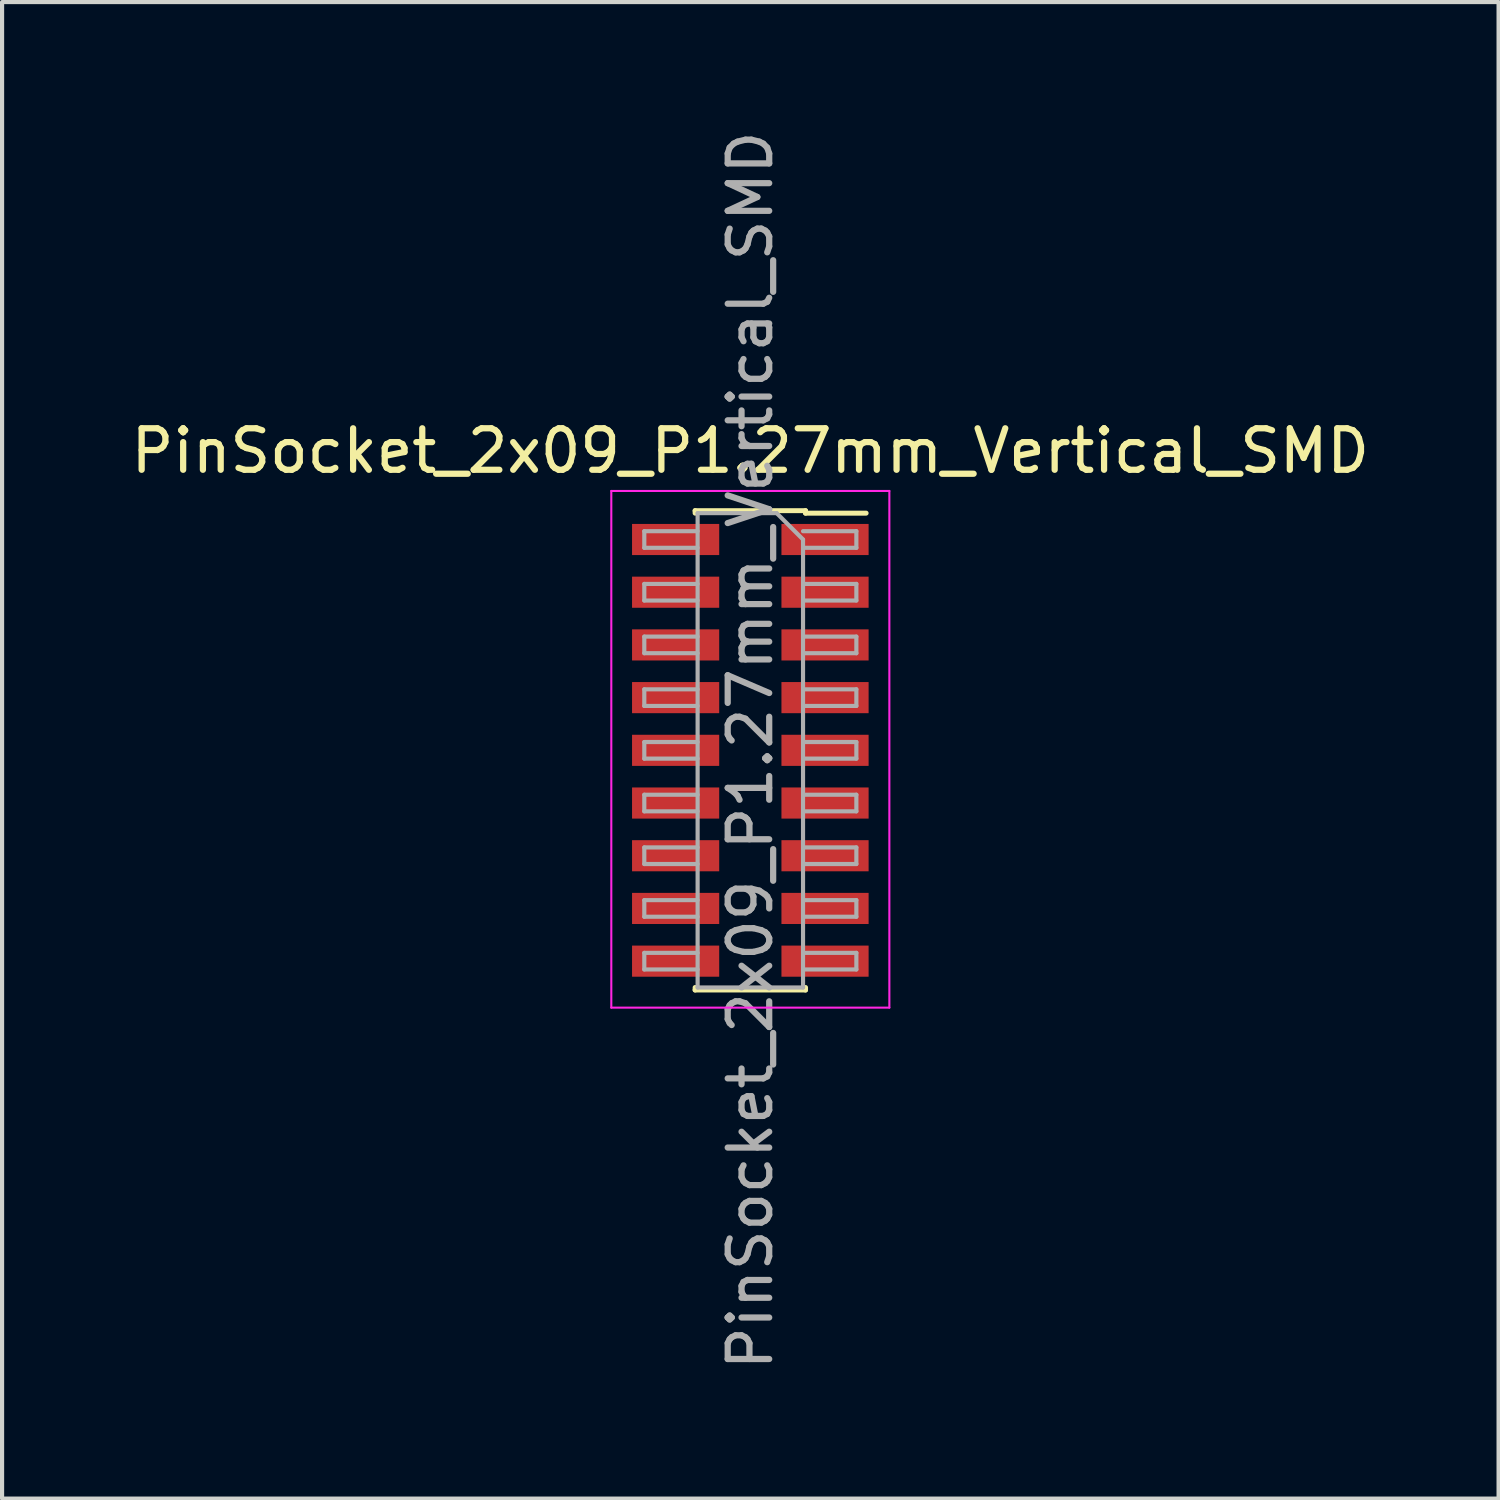
<source format=kicad_pcb>
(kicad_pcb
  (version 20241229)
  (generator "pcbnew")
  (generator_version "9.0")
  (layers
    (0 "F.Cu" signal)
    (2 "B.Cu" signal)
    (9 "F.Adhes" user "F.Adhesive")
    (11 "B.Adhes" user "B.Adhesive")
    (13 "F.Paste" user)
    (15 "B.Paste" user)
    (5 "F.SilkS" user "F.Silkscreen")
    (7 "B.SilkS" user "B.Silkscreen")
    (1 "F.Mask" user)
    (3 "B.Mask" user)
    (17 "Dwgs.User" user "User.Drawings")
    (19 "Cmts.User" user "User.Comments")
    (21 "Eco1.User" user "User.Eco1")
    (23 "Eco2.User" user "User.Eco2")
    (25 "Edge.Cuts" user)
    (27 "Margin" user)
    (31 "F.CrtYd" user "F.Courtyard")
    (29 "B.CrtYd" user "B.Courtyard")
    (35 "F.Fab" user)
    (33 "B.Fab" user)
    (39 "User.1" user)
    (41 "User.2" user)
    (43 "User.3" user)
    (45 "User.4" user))
  (footprint "PinSocket_2x09_P1.27mm_Vertical_SMD"
    (layer "F.Cu")
    (at 15.03 15.03)
    (property "Reference" "PinSocket_2x09_P1.27mm_Vertical_SMD" (at 0 -7.215 0) (layer "F.SilkS") (effects (font (size 1 1) (thickness 0.15))))
    (attr smd)
    (fp_line (start -1.33 -5.775) (end -1.33 -5.715) (stroke (width 0.12) (type solid)) (layer "F.SilkS"))
    (fp_line (start -1.33 -5.775) (end 1.33 -5.775) (stroke (width 0.12) (type solid)) (layer "F.SilkS"))
    (fp_line (start -1.33 5.715) (end -1.33 5.775) (stroke (width 0.12) (type solid)) (layer "F.SilkS"))
    (fp_line (start -1.33 5.775) (end 1.33 5.775) (stroke (width 0.12) (type solid)) (layer "F.SilkS"))
    (fp_line (start 1.33 -5.775) (end 1.33 -5.715) (stroke (width 0.12) (type solid)) (layer "F.SilkS"))
    (fp_line (start 1.33 -5.715) (end 2.79 -5.715) (stroke (width 0.12) (type solid)) (layer "F.SilkS"))
    (fp_line (start 1.33 5.715) (end 1.33 5.775) (stroke (width 0.12) (type solid)) (layer "F.SilkS"))
    (fp_line (start -3.35 -6.25) (end 3.35 -6.25) (stroke (width 0.05) (type solid)) (layer "F.CrtYd"))
    (fp_line (start -3.35 6.2) (end -3.35 -6.25) (stroke (width 0.05) (type solid)) (layer "F.CrtYd"))
    (fp_line (start 3.35 -6.25) (end 3.35 6.2) (stroke (width 0.05) (type solid)) (layer "F.CrtYd"))
    (fp_line (start 3.35 6.2) (end -3.35 6.2) (stroke (width 0.05) (type solid)) (layer "F.CrtYd"))
    (fp_line (start -2.555 -5.28) (end -1.27 -5.28) (stroke (width 0.1) (type solid)) (layer "F.Fab"))
    (fp_line (start -2.555 -4.88) (end -2.555 -5.28) (stroke (width 0.1) (type solid)) (layer "F.Fab"))
    (fp_line (start -2.555 -4.01) (end -1.27 -4.01) (stroke (width 0.1) (type solid)) (layer "F.Fab"))
    (fp_line (start -2.555 -3.61) (end -2.555 -4.01) (stroke (width 0.1) (type solid)) (layer "F.Fab"))
    (fp_line (start -2.555 -2.74) (end -1.27 -2.74) (stroke (width 0.1) (type solid)) (layer "F.Fab"))
    (fp_line (start -2.555 -2.34) (end -2.555 -2.74) (stroke (width 0.1) (type solid)) (layer "F.Fab"))
    (fp_line (start -2.555 -1.47) (end -1.27 -1.47) (stroke (width 0.1) (type solid)) (layer "F.Fab"))
    (fp_line (start -2.555 -1.07) (end -2.555 -1.47) (stroke (width 0.1) (type solid)) (layer "F.Fab"))
    (fp_line (start -2.555 -0.2) (end -1.27 -0.2) (stroke (width 0.1) (type solid)) (layer "F.Fab"))
    (fp_line (start -2.555 0.2) (end -2.555 -0.2) (stroke (width 0.1) (type solid)) (layer "F.Fab"))
    (fp_line (start -2.555 1.07) (end -1.27 1.07) (stroke (width 0.1) (type solid)) (layer "F.Fab"))
    (fp_line (start -2.555 1.47) (end -2.555 1.07) (stroke (width 0.1) (type solid)) (layer "F.Fab"))
    (fp_line (start -2.555 2.34) (end -1.27 2.34) (stroke (width 0.1) (type solid)) (layer "F.Fab"))
    (fp_line (start -2.555 2.74) (end -2.555 2.34) (stroke (width 0.1) (type solid)) (layer "F.Fab"))
    (fp_line (start -2.555 3.61) (end -1.27 3.61) (stroke (width 0.1) (type solid)) (layer "F.Fab"))
    (fp_line (start -2.555 4.01) (end -2.555 3.61) (stroke (width 0.1) (type solid)) (layer "F.Fab"))
    (fp_line (start -2.555 4.88) (end -1.27 4.88) (stroke (width 0.1) (type solid)) (layer "F.Fab"))
    (fp_line (start -2.555 5.28) (end -2.555 4.88) (stroke (width 0.1) (type solid)) (layer "F.Fab"))
    (fp_line (start -1.27 -5.715) (end 0.635 -5.715) (stroke (width 0.1) (type solid)) (layer "F.Fab"))
    (fp_line (start -1.27 -4.88) (end -2.555 -4.88) (stroke (width 0.1) (type solid)) (layer "F.Fab"))
    (fp_line (start -1.27 -3.61) (end -2.555 -3.61) (stroke (width 0.1) (type solid)) (layer "F.Fab"))
    (fp_line (start -1.27 -2.34) (end -2.555 -2.34) (stroke (width 0.1) (type solid)) (layer "F.Fab"))
    (fp_line (start -1.27 -1.07) (end -2.555 -1.07) (stroke (width 0.1) (type solid)) (layer "F.Fab"))
    (fp_line (start -1.27 0.2) (end -2.555 0.2) (stroke (width 0.1) (type solid)) (layer "F.Fab"))
    (fp_line (start -1.27 1.47) (end -2.555 1.47) (stroke (width 0.1) (type solid)) (layer "F.Fab"))
    (fp_line (start -1.27 2.74) (end -2.555 2.74) (stroke (width 0.1) (type solid)) (layer "F.Fab"))
    (fp_line (start -1.27 4.01) (end -2.555 4.01) (stroke (width 0.1) (type solid)) (layer "F.Fab"))
    (fp_line (start -1.27 5.28) (end -2.555 5.28) (stroke (width 0.1) (type solid)) (layer "F.Fab"))
    (fp_line (start -1.27 5.715) (end -1.27 -5.715) (stroke (width 0.1) (type solid)) (layer "F.Fab"))
    (fp_line (start 0.635 -5.715) (end 1.27 -5.08) (stroke (width 0.1) (type solid)) (layer "F.Fab"))
    (fp_line (start 1.27 -5.28) (end 2.555 -5.28) (stroke (width 0.1) (type solid)) (layer "F.Fab"))
    (fp_line (start 1.27 -5.08) (end 1.27 5.715) (stroke (width 0.1) (type solid)) (layer "F.Fab"))
    (fp_line (start 1.27 -4.01) (end 2.555 -4.01) (stroke (width 0.1) (type solid)) (layer "F.Fab"))
    (fp_line (start 1.27 -2.74) (end 2.555 -2.74) (stroke (width 0.1) (type solid)) (layer "F.Fab"))
    (fp_line (start 1.27 -1.47) (end 2.555 -1.47) (stroke (width 0.1) (type solid)) (layer "F.Fab"))
    (fp_line (start 1.27 -0.2) (end 2.555 -0.2) (stroke (width 0.1) (type solid)) (layer "F.Fab"))
    (fp_line (start 1.27 1.07) (end 2.555 1.07) (stroke (width 0.1) (type solid)) (layer "F.Fab"))
    (fp_line (start 1.27 2.34) (end 2.555 2.34) (stroke (width 0.1) (type solid)) (layer "F.Fab"))
    (fp_line (start 1.27 3.61) (end 2.555 3.61) (stroke (width 0.1) (type solid)) (layer "F.Fab"))
    (fp_line (start 1.27 4.88) (end 2.555 4.88) (stroke (width 0.1) (type solid)) (layer "F.Fab"))
    (fp_line (start 1.27 5.715) (end -1.27 5.715) (stroke (width 0.1) (type solid)) (layer "F.Fab"))
    (fp_line (start 2.555 -5.28) (end 2.555 -4.88) (stroke (width 0.1) (type solid)) (layer "F.Fab"))
    (fp_line (start 2.555 -4.88) (end 1.27 -4.88) (stroke (width 0.1) (type solid)) (layer "F.Fab"))
    (fp_line (start 2.555 -4.01) (end 2.555 -3.61) (stroke (width 0.1) (type solid)) (layer "F.Fab"))
    (fp_line (start 2.555 -3.61) (end 1.27 -3.61) (stroke (width 0.1) (type solid)) (layer "F.Fab"))
    (fp_line (start 2.555 -2.74) (end 2.555 -2.34) (stroke (width 0.1) (type solid)) (layer "F.Fab"))
    (fp_line (start 2.555 -2.34) (end 1.27 -2.34) (stroke (width 0.1) (type solid)) (layer "F.Fab"))
    (fp_line (start 2.555 -1.47) (end 2.555 -1.07) (stroke (width 0.1) (type solid)) (layer "F.Fab"))
    (fp_line (start 2.555 -1.07) (end 1.27 -1.07) (stroke (width 0.1) (type solid)) (layer "F.Fab"))
    (fp_line (start 2.555 -0.2) (end 2.555 0.2) (stroke (width 0.1) (type solid)) (layer "F.Fab"))
    (fp_line (start 2.555 0.2) (end 1.27 0.2) (stroke (width 0.1) (type solid)) (layer "F.Fab"))
    (fp_line (start 2.555 1.07) (end 2.555 1.47) (stroke (width 0.1) (type solid)) (layer "F.Fab"))
    (fp_line (start 2.555 1.47) (end 1.27 1.47) (stroke (width 0.1) (type solid)) (layer "F.Fab"))
    (fp_line (start 2.555 2.34) (end 2.555 2.74) (stroke (width 0.1) (type solid)) (layer "F.Fab"))
    (fp_line (start 2.555 2.74) (end 1.27 2.74) (stroke (width 0.1) (type solid)) (layer "F.Fab"))
    (fp_line (start 2.555 3.61) (end 2.555 4.01) (stroke (width 0.1) (type solid)) (layer "F.Fab"))
    (fp_line (start 2.555 4.01) (end 1.27 4.01) (stroke (width 0.1) (type solid)) (layer "F.Fab"))
    (fp_line (start 2.555 4.88) (end 2.555 5.28) (stroke (width 0.1) (type solid)) (layer "F.Fab"))
    (fp_line (start 2.555 5.28) (end 1.27 5.28) (stroke (width 0.1) (type solid)) (layer "F.Fab"))
    (fp_text user "${REFERENCE}" (at 0 0 90) (layer "F.Fab") (effects (font (size 1 1) (thickness 0.15))))
    (pad "1" smd rect (at 1.8 -5.08) (size 2.1 0.75) (layers "F.Cu" "F.Mask" "F.Paste"))
    (pad "2" smd rect (at -1.8 -5.08) (size 2.1 0.75) (layers "F.Cu" "F.Mask" "F.Paste"))
    (pad "3" smd rect (at 1.8 -3.81) (size 2.1 0.75) (layers "F.Cu" "F.Mask" "F.Paste"))
    (pad "4" smd rect (at -1.8 -3.81) (size 2.1 0.75) (layers "F.Cu" "F.Mask" "F.Paste"))
    (pad "5" smd rect (at 1.8 -2.54) (size 2.1 0.75) (layers "F.Cu" "F.Mask" "F.Paste"))
    (pad "6" smd rect (at -1.8 -2.54) (size 2.1 0.75) (layers "F.Cu" "F.Mask" "F.Paste"))
    (pad "7" smd rect (at 1.8 -1.27) (size 2.1 0.75) (layers "F.Cu" "F.Mask" "F.Paste"))
    (pad "8" smd rect (at -1.8 -1.27) (size 2.1 0.75) (layers "F.Cu" "F.Mask" "F.Paste"))
    (pad "9" smd rect (at 1.8 0) (size 2.1 0.75) (layers "F.Cu" "F.Mask" "F.Paste"))
    (pad "10" smd rect (at -1.8 0) (size 2.1 0.75) (layers "F.Cu" "F.Mask" "F.Paste"))
    (pad "11" smd rect (at 1.8 1.27) (size 2.1 0.75) (layers "F.Cu" "F.Mask" "F.Paste"))
    (pad "12" smd rect (at -1.8 1.27) (size 2.1 0.75) (layers "F.Cu" "F.Mask" "F.Paste"))
    (pad "13" smd rect (at 1.8 2.54) (size 2.1 0.75) (layers "F.Cu" "F.Mask" "F.Paste"))
    (pad "14" smd rect (at -1.8 2.54) (size 2.1 0.75) (layers "F.Cu" "F.Mask" "F.Paste"))
    (pad "15" smd rect (at 1.8 3.81) (size 2.1 0.75) (layers "F.Cu" "F.Mask" "F.Paste"))
    (pad "16" smd rect (at -1.8 3.81) (size 2.1 0.75) (layers "F.Cu" "F.Mask" "F.Paste"))
    (pad "17" smd rect (at 1.8 5.08) (size 2.1 0.75) (layers "F.Cu" "F.Mask" "F.Paste"))
    (pad "18" smd rect (at -1.8 5.08) (size 2.1 0.75) (layers "F.Cu" "F.Mask" "F.Paste")))
  (gr_rect
    (start -3 -3)
    (end 33.06 33.06)
    (stroke (width 0.1) (type default))
    (fill no)
    (layer "Edge.Cuts")))
</source>
